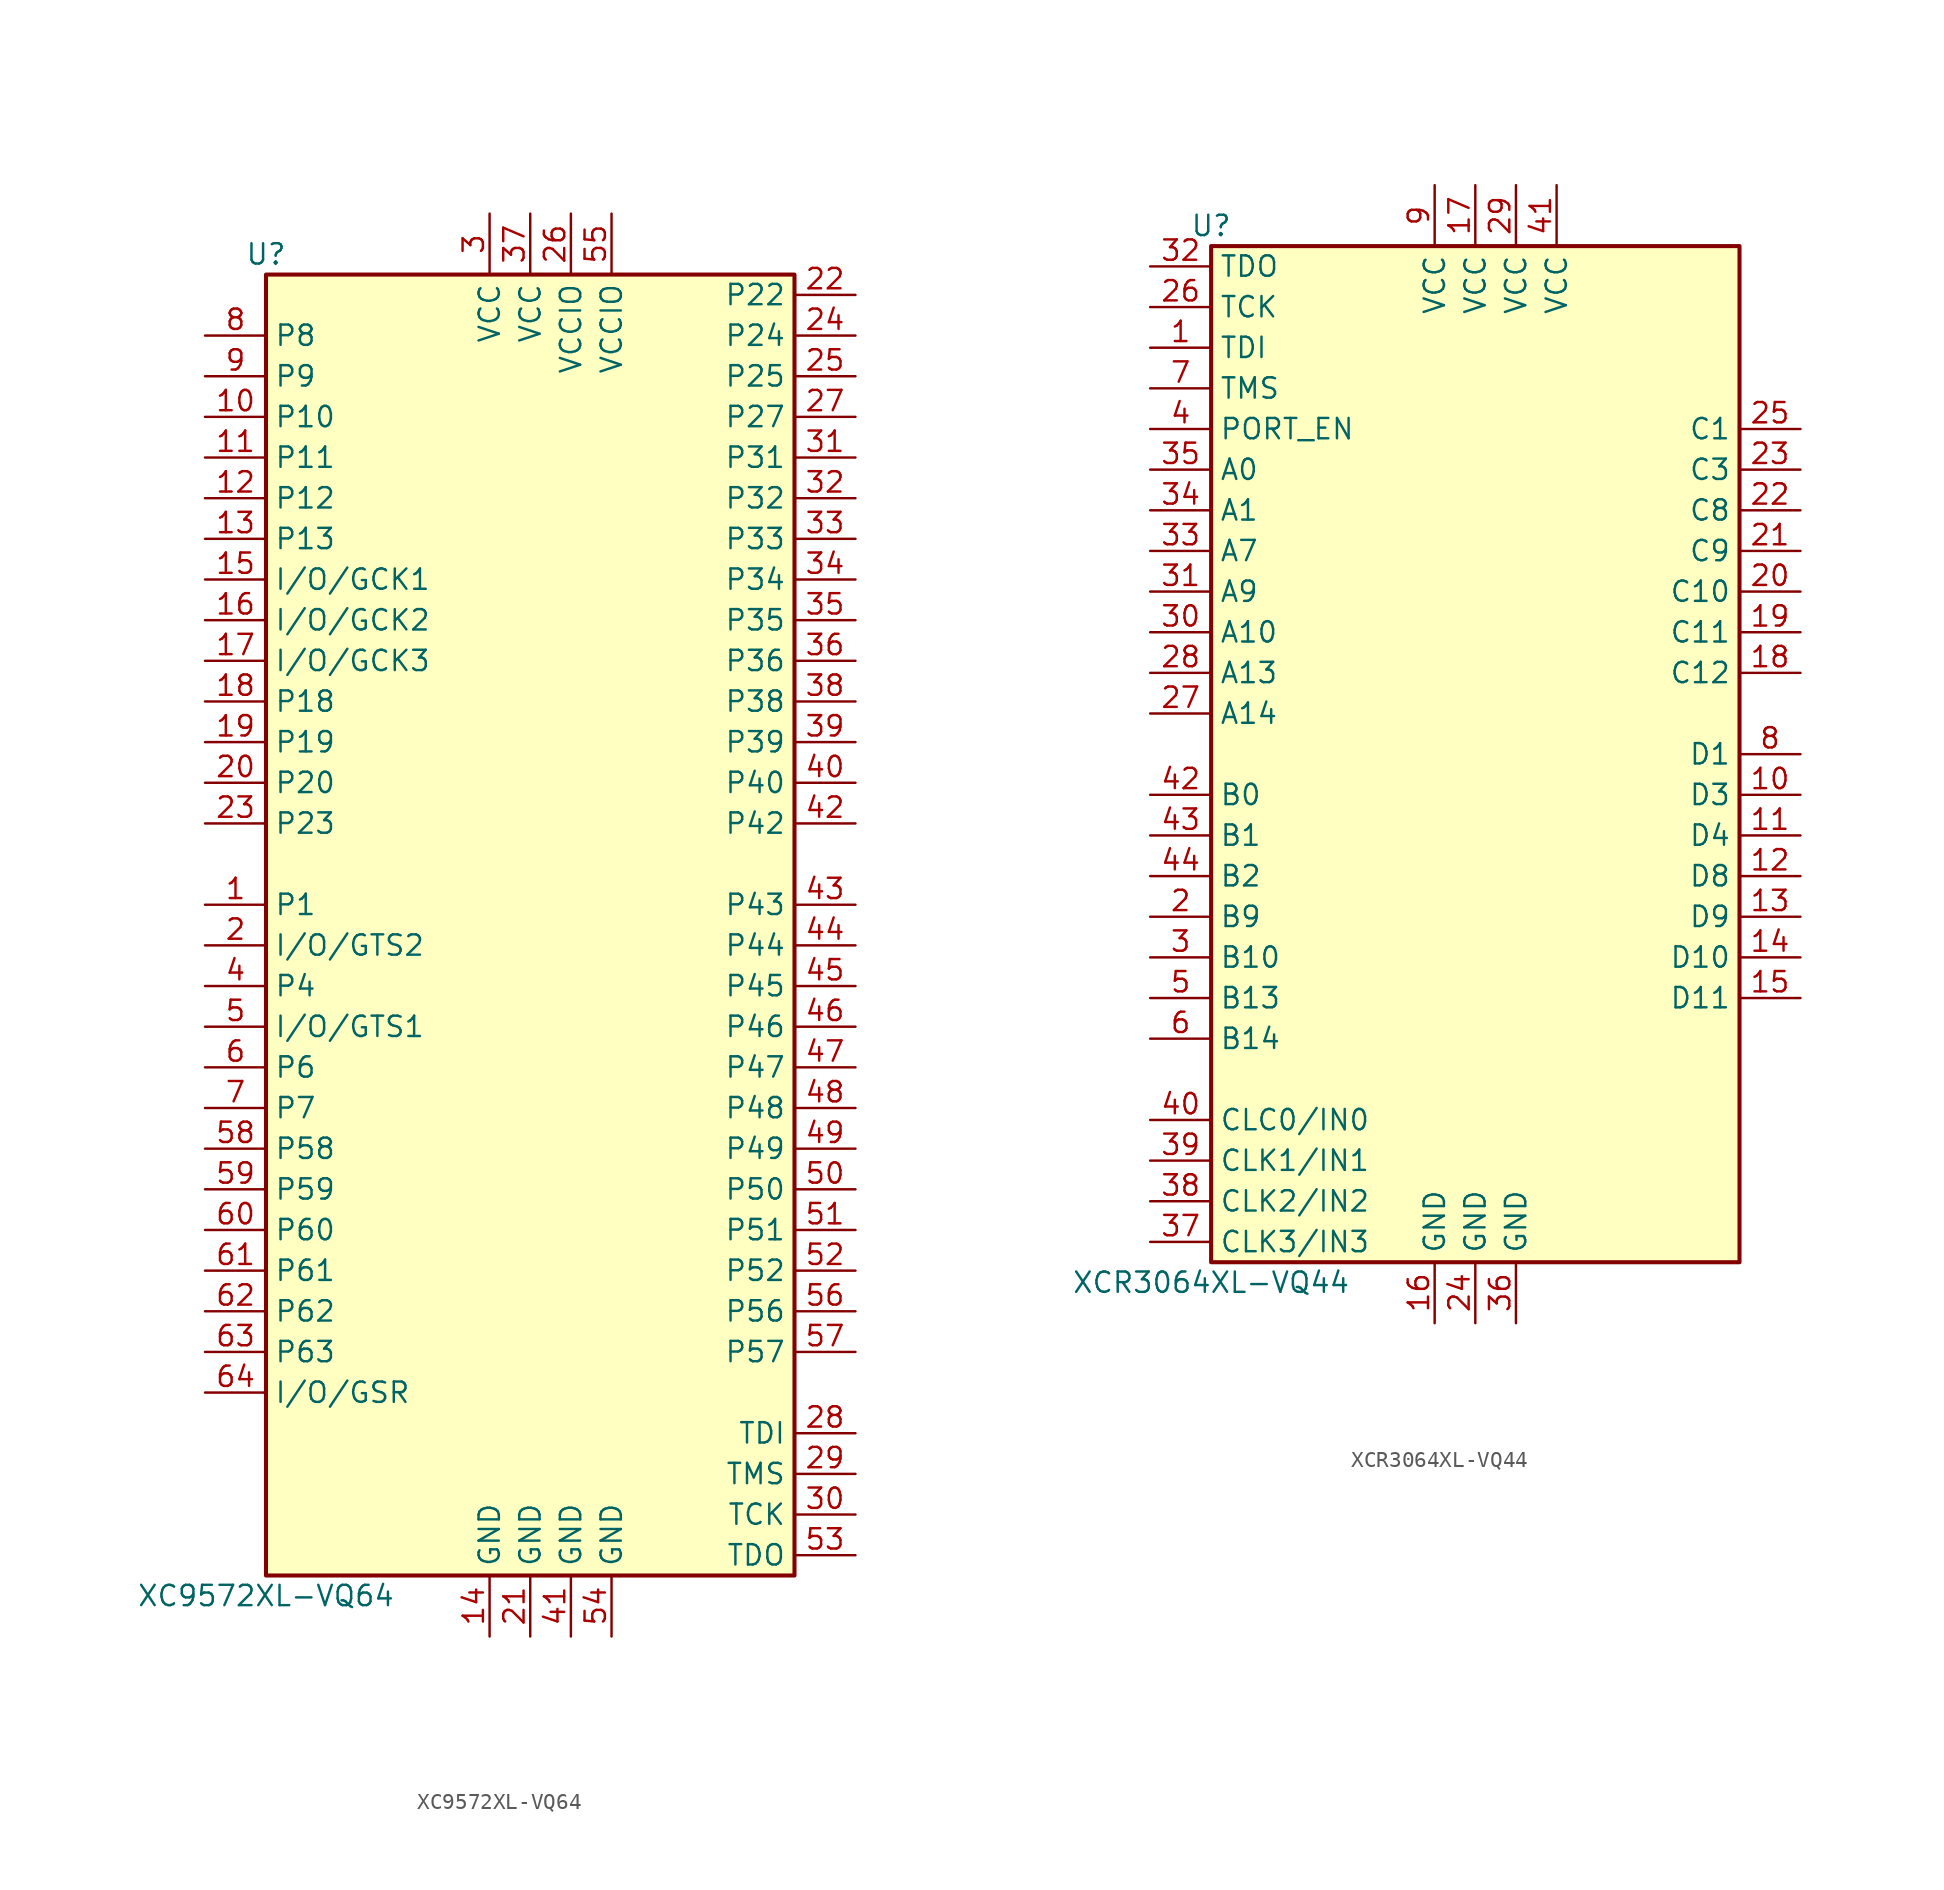
<source format=kicad_sym>
(kicad_symbol_lib
  (version 20241209)
  (generator "kicad_symbol_editor")
  (generator_version "9.0")
  (symbol "XC9572XL-VQ64"
    (property "Reference" "U"
      (at -16.51 40.64 0)
      (effects (font (size 1.27 1.27))))
    (property "Value" "XC9572XL-VQ64"
      (at -16.51 -43.18 0)
      (effects (font (size 1.27 1.27))))
    (symbol "XC9572XL-VQ64_1_1"
      (rectangle (start -16.51 39.37) (end 16.51 -41.91) (stroke (width 0.254) (type default)) (fill (type background)))
      (pin bidirectional line (at -20.32 35.56 0) (length 3.81) (name "P8" (effects (font (size 1.27 1.27)))) (number "8" (effects (font (size 1.27 1.27)))))
      (pin bidirectional line (at -20.32 33.02 0) (length 3.81) (name "P9" (effects (font (size 1.27 1.27)))) (number "9" (effects (font (size 1.27 1.27)))))
      (pin bidirectional line (at -20.32 30.48 0) (length 3.81) (name "P10" (effects (font (size 1.27 1.27)))) (number "10" (effects (font (size 1.27 1.27)))))
      (pin bidirectional line (at -20.32 27.94 0) (length 3.81) (name "P11" (effects (font (size 1.27 1.27)))) (number "11" (effects (font (size 1.27 1.27)))))
      (pin bidirectional line (at -20.32 25.4 0) (length 3.81) (name "P12" (effects (font (size 1.27 1.27)))) (number "12" (effects (font (size 1.27 1.27)))))
      (pin bidirectional line (at -20.32 22.86 0) (length 3.81) (name "P13" (effects (font (size 1.27 1.27)))) (number "13" (effects (font (size 1.27 1.27)))))
      (pin bidirectional line (at -20.32 20.32 0) (length 3.81) (name "I/O/GCK1" (effects (font (size 1.27 1.27)))) (number "15" (effects (font (size 1.27 1.27)))))
      (pin bidirectional line (at -20.32 17.78 0) (length 3.81) (name "I/O/GCK2" (effects (font (size 1.27 1.27)))) (number "16" (effects (font (size 1.27 1.27)))))
      (pin bidirectional line (at -20.32 15.24 0) (length 3.81) (name "I/O/GCK3" (effects (font (size 1.27 1.27)))) (number "17" (effects (font (size 1.27 1.27)))))
      (pin bidirectional line (at -20.32 12.7 0) (length 3.81) (name "P18" (effects (font (size 1.27 1.27)))) (number "18" (effects (font (size 1.27 1.27)))))
      (pin bidirectional line (at -20.32 10.16 0) (length 3.81) (name "P19" (effects (font (size 1.27 1.27)))) (number "19" (effects (font (size 1.27 1.27)))))
      (pin bidirectional line (at -20.32 7.62 0) (length 3.81) (name "P20" (effects (font (size 1.27 1.27)))) (number "20" (effects (font (size 1.27 1.27)))))
      (pin bidirectional line (at -20.32 5.08 0) (length 3.81) (name "P23" (effects (font (size 1.27 1.27)))) (number "23" (effects (font (size 1.27 1.27)))))
      (pin bidirectional line (at -20.32 0 0) (length 3.81) (name "P1" (effects (font (size 1.27 1.27)))) (number "1" (effects (font (size 1.27 1.27)))))
      (pin bidirectional line (at -20.32 -2.54 0) (length 3.81) (name "I/O/GTS2" (effects (font (size 1.27 1.27)))) (number "2" (effects (font (size 1.27 1.27)))))
      (pin bidirectional line (at -20.32 -5.08 0) (length 3.81) (name "P4" (effects (font (size 1.27 1.27)))) (number "4" (effects (font (size 1.27 1.27)))))
      (pin bidirectional line (at -20.32 -7.62 0) (length 3.81) (name "I/O/GTS1" (effects (font (size 1.27 1.27)))) (number "5" (effects (font (size 1.27 1.27)))))
      (pin bidirectional line (at -20.32 -10.16 0) (length 3.81) (name "P6" (effects (font (size 1.27 1.27)))) (number "6" (effects (font (size 1.27 1.27)))))
      (pin bidirectional line (at -20.32 -12.7 0) (length 3.81) (name "P7" (effects (font (size 1.27 1.27)))) (number "7" (effects (font (size 1.27 1.27)))))
      (pin bidirectional line (at -20.32 -15.24 0) (length 3.81) (name "P58" (effects (font (size 1.27 1.27)))) (number "58" (effects (font (size 1.27 1.27)))))
      (pin bidirectional line (at -20.32 -17.78 0) (length 3.81) (name "P59" (effects (font (size 1.27 1.27)))) (number "59" (effects (font (size 1.27 1.27)))))
      (pin bidirectional line (at -20.32 -20.32 0) (length 3.81) (name "P60" (effects (font (size 1.27 1.27)))) (number "60" (effects (font (size 1.27 1.27)))))
      (pin bidirectional line (at -20.32 -22.86 0) (length 3.81) (name "P61" (effects (font (size 1.27 1.27)))) (number "61" (effects (font (size 1.27 1.27)))))
      (pin bidirectional line (at -20.32 -25.4 0) (length 3.81) (name "P62" (effects (font (size 1.27 1.27)))) (number "62" (effects (font (size 1.27 1.27)))))
      (pin bidirectional line (at -20.32 -27.94 0) (length 3.81) (name "P63" (effects (font (size 1.27 1.27)))) (number "63" (effects (font (size 1.27 1.27)))))
      (pin bidirectional line (at -20.32 -30.48 0) (length 3.81) (name "I/O/GSR" (effects (font (size 1.27 1.27)))) (number "64" (effects (font (size 1.27 1.27)))))
      (pin power_in line (at -2.54 43.18 270) (length 3.81) (name "VCC" (effects (font (size 1.27 1.27)))) (number "3" (effects (font (size 1.27 1.27)))))
      (pin power_in line (at -2.54 -45.72 90) (length 3.81) (name "GND" (effects (font (size 1.27 1.27)))) (number "14" (effects (font (size 1.27 1.27)))))
      (pin power_in line (at 0 43.18 270) (length 3.81) (name "VCC" (effects (font (size 1.27 1.27)))) (number "37" (effects (font (size 1.27 1.27)))))
      (pin power_in line (at 0 -45.72 90) (length 3.81) (name "GND" (effects (font (size 1.27 1.27)))) (number "21" (effects (font (size 1.27 1.27)))))
      (pin power_in line (at 2.54 43.18 270) (length 3.81) (name "VCCIO" (effects (font (size 1.27 1.27)))) (number "26" (effects (font (size 1.27 1.27)))))
      (pin power_in line (at 2.54 -45.72 90) (length 3.81) (name "GND" (effects (font (size 1.27 1.27)))) (number "41" (effects (font (size 1.27 1.27)))))
      (pin power_in line (at 5.08 43.18 270) (length 3.81) (name "VCCIO" (effects (font (size 1.27 1.27)))) (number "55" (effects (font (size 1.27 1.27)))))
      (pin power_in line (at 5.08 -45.72 90) (length 3.81) (name "GND" (effects (font (size 1.27 1.27)))) (number "54" (effects (font (size 1.27 1.27)))))
      (pin bidirectional line (at 20.32 38.1 180) (length 3.81) (name "P22" (effects (font (size 1.27 1.27)))) (number "22" (effects (font (size 1.27 1.27)))))
      (pin bidirectional line (at 20.32 35.56 180) (length 3.81) (name "P24" (effects (font (size 1.27 1.27)))) (number "24" (effects (font (size 1.27 1.27)))))
      (pin bidirectional line (at 20.32 33.02 180) (length 3.81) (name "P25" (effects (font (size 1.27 1.27)))) (number "25" (effects (font (size 1.27 1.27)))))
      (pin bidirectional line (at 20.32 30.48 180) (length 3.81) (name "P27" (effects (font (size 1.27 1.27)))) (number "27" (effects (font (size 1.27 1.27)))))
      (pin bidirectional line (at 20.32 27.94 180) (length 3.81) (name "P31" (effects (font (size 1.27 1.27)))) (number "31" (effects (font (size 1.27 1.27)))))
      (pin bidirectional line (at 20.32 25.4 180) (length 3.81) (name "P32" (effects (font (size 1.27 1.27)))) (number "32" (effects (font (size 1.27 1.27)))))
      (pin bidirectional line (at 20.32 22.86 180) (length 3.81) (name "P33" (effects (font (size 1.27 1.27)))) (number "33" (effects (font (size 1.27 1.27)))))
      (pin bidirectional line (at 20.32 20.32 180) (length 3.81) (name "P34" (effects (font (size 1.27 1.27)))) (number "34" (effects (font (size 1.27 1.27)))))
      (pin bidirectional line (at 20.32 17.78 180) (length 3.81) (name "P35" (effects (font (size 1.27 1.27)))) (number "35" (effects (font (size 1.27 1.27)))))
      (pin bidirectional line (at 20.32 15.24 180) (length 3.81) (name "P36" (effects (font (size 1.27 1.27)))) (number "36" (effects (font (size 1.27 1.27)))))
      (pin bidirectional line (at 20.32 12.7 180) (length 3.81) (name "P38" (effects (font (size 1.27 1.27)))) (number "38" (effects (font (size 1.27 1.27)))))
      (pin bidirectional line (at 20.32 10.16 180) (length 3.81) (name "P39" (effects (font (size 1.27 1.27)))) (number "39" (effects (font (size 1.27 1.27)))))
      (pin bidirectional line (at 20.32 7.62 180) (length 3.81) (name "P40" (effects (font (size 1.27 1.27)))) (number "40" (effects (font (size 1.27 1.27)))))
      (pin bidirectional line (at 20.32 5.08 180) (length 3.81) (name "P42" (effects (font (size 1.27 1.27)))) (number "42" (effects (font (size 1.27 1.27)))))
      (pin bidirectional line (at 20.32 0 180) (length 3.81) (name "P43" (effects (font (size 1.27 1.27)))) (number "43" (effects (font (size 1.27 1.27)))))
      (pin bidirectional line (at 20.32 -2.54 180) (length 3.81) (name "P44" (effects (font (size 1.27 1.27)))) (number "44" (effects (font (size 1.27 1.27)))))
      (pin bidirectional line (at 20.32 -5.08 180) (length 3.81) (name "P45" (effects (font (size 1.27 1.27)))) (number "45" (effects (font (size 1.27 1.27)))))
      (pin bidirectional line (at 20.32 -7.62 180) (length 3.81) (name "P46" (effects (font (size 1.27 1.27)))) (number "46" (effects (font (size 1.27 1.27)))))
      (pin bidirectional line (at 20.32 -10.16 180) (length 3.81) (name "P47" (effects (font (size 1.27 1.27)))) (number "47" (effects (font (size 1.27 1.27)))))
      (pin bidirectional line (at 20.32 -12.7 180) (length 3.81) (name "P48" (effects (font (size 1.27 1.27)))) (number "48" (effects (font (size 1.27 1.27)))))
      (pin bidirectional line (at 20.32 -15.24 180) (length 3.81) (name "P49" (effects (font (size 1.27 1.27)))) (number "49" (effects (font (size 1.27 1.27)))))
      (pin bidirectional line (at 20.32 -17.78 180) (length 3.81) (name "P50" (effects (font (size 1.27 1.27)))) (number "50" (effects (font (size 1.27 1.27)))))
      (pin bidirectional line (at 20.32 -20.32 180) (length 3.81) (name "P51" (effects (font (size 1.27 1.27)))) (number "51" (effects (font (size 1.27 1.27)))))
      (pin bidirectional line (at 20.32 -22.86 180) (length 3.81) (name "P52" (effects (font (size 1.27 1.27)))) (number "52" (effects (font (size 1.27 1.27)))))
      (pin bidirectional line (at 20.32 -25.4 180) (length 3.81) (name "P56" (effects (font (size 1.27 1.27)))) (number "56" (effects (font (size 1.27 1.27)))))
      (pin bidirectional line (at 20.32 -27.94 180) (length 3.81) (name "P57" (effects (font (size 1.27 1.27)))) (number "57" (effects (font (size 1.27 1.27)))))
      (pin input line (at 20.32 -33.02 180) (length 3.81) (name "TDI" (effects (font (size 1.27 1.27)))) (number "28" (effects (font (size 1.27 1.27)))))
      (pin input line (at 20.32 -35.56 180) (length 3.81) (name "TMS" (effects (font (size 1.27 1.27)))) (number "29" (effects (font (size 1.27 1.27)))))
      (pin input line (at 20.32 -38.1 180) (length 3.81) (name "TCK" (effects (font (size 1.27 1.27)))) (number "30" (effects (font (size 1.27 1.27)))))
      (pin output line (at 20.32 -40.64 180) (length 3.81) (name "TDO" (effects (font (size 1.27 1.27)))) (number "53" (effects (font (size 1.27 1.27)))))))
  (symbol "XCR3064XL-VQ44"
    (property "Reference" "U"
      (at -16.51 33.02 0)
      (effects (font (size 1.27 1.27))))
    (property "Value" "XCR3064XL-VQ44"
      (at -16.51 -33.02 0)
      (effects (font (size 1.27 1.27))))
    (symbol "XCR3064XL-VQ44_1_1"
      (rectangle (start -16.51 31.75) (end 16.51 -31.75) (stroke (width 0.254) (type default)) (fill (type background)))
      (pin passive line (at -20.32 30.48 0) (length 3.81) (name "TDO" (effects (font (size 1.27 1.27)))) (number "32" (effects (font (size 1.27 1.27)))))
      (pin passive line (at -20.32 27.94 0) (length 3.81) (name "TCK" (effects (font (size 1.27 1.27)))) (number "26" (effects (font (size 1.27 1.27)))))
      (pin passive line (at -20.32 25.4 0) (length 3.81) (name "TDI" (effects (font (size 1.27 1.27)))) (number "1" (effects (font (size 1.27 1.27)))))
      (pin passive line (at -20.32 22.86 0) (length 3.81) (name "TMS" (effects (font (size 1.27 1.27)))) (number "7" (effects (font (size 1.27 1.27)))))
      (pin passive line (at -20.32 20.32 0) (length 3.81) (name "PORT_EN" (effects (font (size 1.27 1.27)))) (number "4" (effects (font (size 1.27 1.27)))))
      (pin passive line (at -20.32 17.78 0) (length 3.81) (name "A0" (effects (font (size 1.27 1.27)))) (number "35" (effects (font (size 1.27 1.27)))))
      (pin passive line (at -20.32 15.24 0) (length 3.81) (name "A1" (effects (font (size 1.27 1.27)))) (number "34" (effects (font (size 1.27 1.27)))))
      (pin passive line (at -20.32 12.7 0) (length 3.81) (name "A7" (effects (font (size 1.27 1.27)))) (number "33" (effects (font (size 1.27 1.27)))))
      (pin passive line (at -20.32 10.16 0) (length 3.81) (name "A9" (effects (font (size 1.27 1.27)))) (number "31" (effects (font (size 1.27 1.27)))))
      (pin passive line (at -20.32 7.62 0) (length 3.81) (name "A10" (effects (font (size 1.27 1.27)))) (number "30" (effects (font (size 1.27 1.27)))))
      (pin passive line (at -20.32 5.08 0) (length 3.81) (name "A13" (effects (font (size 1.27 1.27)))) (number "28" (effects (font (size 1.27 1.27)))))
      (pin passive line (at -20.32 2.54 0) (length 3.81) (name "A14" (effects (font (size 1.27 1.27)))) (number "27" (effects (font (size 1.27 1.27)))))
      (pin passive line (at -20.32 -2.54 0) (length 3.81) (name "B0" (effects (font (size 1.27 1.27)))) (number "42" (effects (font (size 1.27 1.27)))))
      (pin passive line (at -20.32 -5.08 0) (length 3.81) (name "B1" (effects (font (size 1.27 1.27)))) (number "43" (effects (font (size 1.27 1.27)))))
      (pin passive line (at -20.32 -7.62 0) (length 3.81) (name "B2" (effects (font (size 1.27 1.27)))) (number "44" (effects (font (size 1.27 1.27)))))
      (pin passive line (at -20.32 -10.16 0) (length 3.81) (name "B9" (effects (font (size 1.27 1.27)))) (number "2" (effects (font (size 1.27 1.27)))))
      (pin passive line (at -20.32 -12.7 0) (length 3.81) (name "B10" (effects (font (size 1.27 1.27)))) (number "3" (effects (font (size 1.27 1.27)))))
      (pin passive line (at -20.32 -15.24 0) (length 3.81) (name "B13" (effects (font (size 1.27 1.27)))) (number "5" (effects (font (size 1.27 1.27)))))
      (pin passive line (at -20.32 -17.78 0) (length 3.81) (name "B14" (effects (font (size 1.27 1.27)))) (number "6" (effects (font (size 1.27 1.27)))))
      (pin input line (at -20.32 -22.86 0) (length 3.81) (name "CLC0/IN0" (effects (font (size 1.27 1.27)))) (number "40" (effects (font (size 1.27 1.27)))))
      (pin input line (at -20.32 -25.4 0) (length 3.81) (name "CLK1/IN1" (effects (font (size 1.27 1.27)))) (number "39" (effects (font (size 1.27 1.27)))))
      (pin input line (at -20.32 -27.94 0) (length 3.81) (name "CLK2/IN2" (effects (font (size 1.27 1.27)))) (number "38" (effects (font (size 1.27 1.27)))))
      (pin input line (at -20.32 -30.48 0) (length 3.81) (name "CLK3/IN3" (effects (font (size 1.27 1.27)))) (number "37" (effects (font (size 1.27 1.27)))))
      (pin power_in line (at -2.54 35.56 270) (length 3.81) (name "VCC" (effects (font (size 1.27 1.27)))) (number "9" (effects (font (size 1.27 1.27)))))
      (pin power_in line (at -2.54 -35.56 90) (length 3.81) (name "GND" (effects (font (size 1.27 1.27)))) (number "16" (effects (font (size 1.27 1.27)))))
      (pin power_in line (at 0 35.56 270) (length 3.81) (name "VCC" (effects (font (size 1.27 1.27)))) (number "17" (effects (font (size 1.27 1.27)))))
      (pin power_in line (at 0 -35.56 90) (length 3.81) (name "GND" (effects (font (size 1.27 1.27)))) (number "24" (effects (font (size 1.27 1.27)))))
      (pin power_in line (at 2.54 35.56 270) (length 3.81) (name "VCC" (effects (font (size 1.27 1.27)))) (number "29" (effects (font (size 1.27 1.27)))))
      (pin power_in line (at 2.54 -35.56 90) (length 3.81) (name "GND" (effects (font (size 1.27 1.27)))) (number "36" (effects (font (size 1.27 1.27)))))
      (pin power_in line (at 5.08 35.56 270) (length 3.81) (name "VCC" (effects (font (size 1.27 1.27)))) (number "41" (effects (font (size 1.27 1.27)))))
      (pin passive line (at 20.32 20.32 180) (length 3.81) (name "C1" (effects (font (size 1.27 1.27)))) (number "25" (effects (font (size 1.27 1.27)))))
      (pin passive line (at 20.32 17.78 180) (length 3.81) (name "C3" (effects (font (size 1.27 1.27)))) (number "23" (effects (font (size 1.27 1.27)))))
      (pin passive line (at 20.32 15.24 180) (length 3.81) (name "C8" (effects (font (size 1.27 1.27)))) (number "22" (effects (font (size 1.27 1.27)))))
      (pin passive line (at 20.32 12.7 180) (length 3.81) (name "C9" (effects (font (size 1.27 1.27)))) (number "21" (effects (font (size 1.27 1.27)))))
      (pin passive line (at 20.32 10.16 180) (length 3.81) (name "C10" (effects (font (size 1.27 1.27)))) (number "20" (effects (font (size 1.27 1.27)))))
      (pin passive line (at 20.32 7.62 180) (length 3.81) (name "C11" (effects (font (size 1.27 1.27)))) (number "19" (effects (font (size 1.27 1.27)))))
      (pin passive line (at 20.32 5.08 180) (length 3.81) (name "C12" (effects (font (size 1.27 1.27)))) (number "18" (effects (font (size 1.27 1.27)))))
      (pin passive line (at 20.32 0 180) (length 3.81) (name "D1" (effects (font (size 1.27 1.27)))) (number "8" (effects (font (size 1.27 1.27)))))
      (pin passive line (at 20.32 -2.54 180) (length 3.81) (name "D3" (effects (font (size 1.27 1.27)))) (number "10" (effects (font (size 1.27 1.27)))))
      (pin passive line (at 20.32 -5.08 180) (length 3.81) (name "D4" (effects (font (size 1.27 1.27)))) (number "11" (effects (font (size 1.27 1.27)))))
      (pin passive line (at 20.32 -7.62 180) (length 3.81) (name "D8" (effects (font (size 1.27 1.27)))) (number "12" (effects (font (size 1.27 1.27)))))
      (pin passive line (at 20.32 -10.16 180) (length 3.81) (name "D9" (effects (font (size 1.27 1.27)))) (number "13" (effects (font (size 1.27 1.27)))))
      (pin passive line (at 20.32 -12.7 180) (length 3.81) (name "D10" (effects (font (size 1.27 1.27)))) (number "14" (effects (font (size 1.27 1.27)))))
      (pin passive line (at 20.32 -15.24 180) (length 3.81) (name "D11" (effects (font (size 1.27 1.27)))) (number "15" (effects (font (size 1.27 1.27))))))))
</source>
